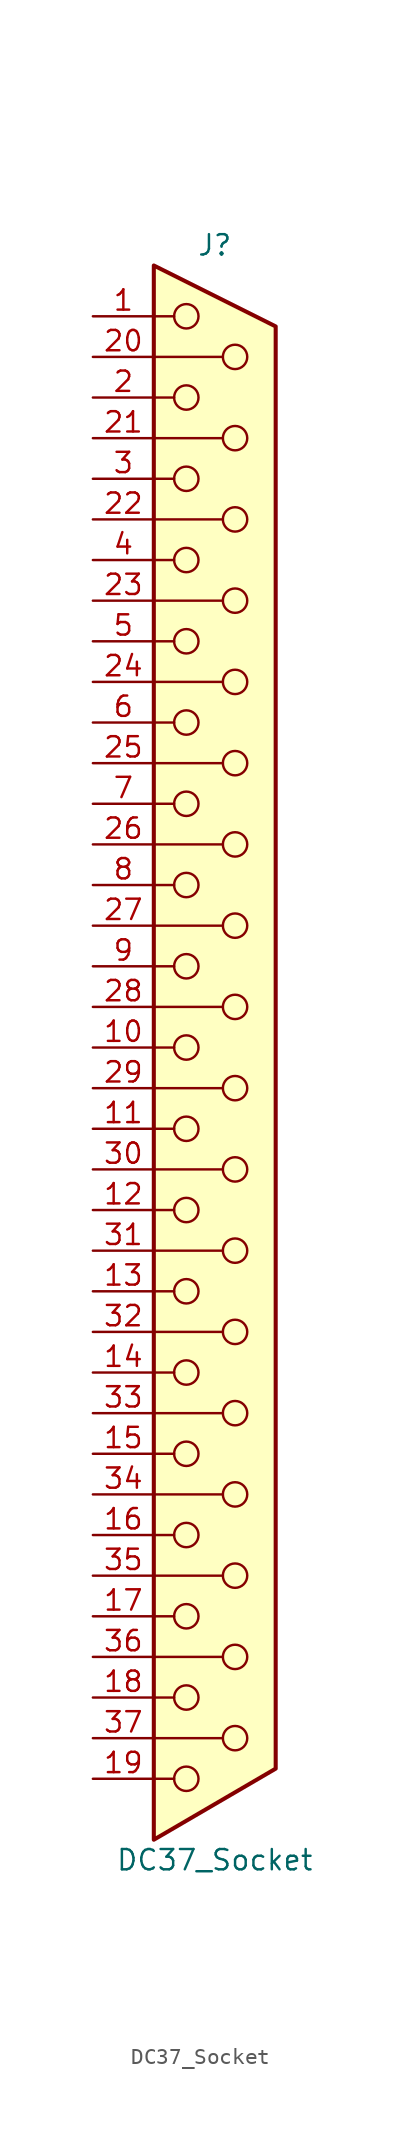
<source format=kicad_sym>
(kicad_symbol_lib
  (version 20241209)
  (generator "kicad_symbol_editor")
  (generator_version "9.0")
  (symbol "DC37_Socket"
    (pin_names
      (offset 1.016)
      (hide yes))
    (property "Reference" "J"
      (at 0 50.165 0)
      (effects (font (size 1.27 1.27))))
    (property "Value" "DC37_Socket"
      (at 0 -50.8 0)
      (effects (font (size 1.27 1.27))))
    (symbol "DC37_Socket_0_1"
      (polyline (pts (xy -3.81 45.72) (xy -2.54 45.72)) (stroke (width 0) (type default)) (fill (type none)))
      (polyline (pts (xy -3.81 43.18) (xy 0.508 43.18)) (stroke (width 0) (type default)) (fill (type none)))
      (polyline (pts (xy -3.81 40.64) (xy -2.54 40.64)) (stroke (width 0) (type default)) (fill (type none)))
      (polyline (pts (xy -3.81 38.1) (xy 0.508 38.1)) (stroke (width 0) (type default)) (fill (type none)))
      (polyline (pts (xy -3.81 35.56) (xy -2.54 35.56)) (stroke (width 0) (type default)) (fill (type none)))
      (polyline (pts (xy -3.81 33.02) (xy 0.508 33.02)) (stroke (width 0) (type default)) (fill (type none)))
      (polyline (pts (xy -3.81 30.48) (xy -2.54 30.48)) (stroke (width 0) (type default)) (fill (type none)))
      (polyline (pts (xy -3.81 27.94) (xy 0.508 27.94)) (stroke (width 0) (type default)) (fill (type none)))
      (polyline (pts (xy -3.81 25.4) (xy -2.54 25.4)) (stroke (width 0) (type default)) (fill (type none)))
      (polyline (pts (xy -3.81 22.86) (xy 0.508 22.86)) (stroke (width 0) (type default)) (fill (type none)))
      (polyline (pts (xy -3.81 20.32) (xy -2.54 20.32)) (stroke (width 0) (type default)) (fill (type none)))
      (polyline (pts (xy -3.81 17.78) (xy 0.508 17.78)) (stroke (width 0) (type default)) (fill (type none)))
      (polyline (pts (xy -3.81 15.24) (xy -2.54 15.24)) (stroke (width 0) (type default)) (fill (type none)))
      (polyline (pts (xy -3.81 12.7) (xy 0.508 12.7)) (stroke (width 0) (type default)) (fill (type none)))
      (polyline (pts (xy -3.81 10.16) (xy -2.54 10.16)) (stroke (width 0) (type default)) (fill (type none)))
      (polyline (pts (xy -3.81 7.62) (xy 0.508 7.62)) (stroke (width 0) (type default)) (fill (type none)))
      (polyline (pts (xy -3.81 5.08) (xy -2.54 5.08)) (stroke (width 0) (type default)) (fill (type none)))
      (polyline (pts (xy -3.81 2.54) (xy 0.508 2.54)) (stroke (width 0) (type default)) (fill (type none)))
      (polyline (pts (xy -3.81 0) (xy -2.54 0)) (stroke (width 0) (type default)) (fill (type none)))
      (polyline (pts (xy -3.81 -2.54) (xy 0.508 -2.54)) (stroke (width 0) (type default)) (fill (type none)))
      (polyline (pts (xy -3.81 -5.08) (xy -2.54 -5.08)) (stroke (width 0) (type default)) (fill (type none)))
      (polyline (pts (xy -3.81 -7.62) (xy 0.508 -7.62)) (stroke (width 0) (type default)) (fill (type none)))
      (polyline (pts (xy -3.81 -10.16) (xy -2.54 -10.16)) (stroke (width 0) (type default)) (fill (type none)))
      (polyline (pts (xy -3.81 -12.7) (xy 0.508 -12.7)) (stroke (width 0) (type default)) (fill (type none)))
      (polyline (pts (xy -3.81 -15.24) (xy -2.54 -15.24)) (stroke (width 0) (type default)) (fill (type none)))
      (polyline (pts (xy -3.81 -17.78) (xy 0.508 -17.78)) (stroke (width 0) (type default)) (fill (type none)))
      (polyline (pts (xy -3.81 -20.32) (xy -2.54 -20.32)) (stroke (width 0) (type default)) (fill (type none)))
      (polyline (pts (xy -3.81 -22.86) (xy 0.508 -22.86)) (stroke (width 0) (type default)) (fill (type none)))
      (polyline (pts (xy -3.81 -25.4) (xy -2.54 -25.4)) (stroke (width 0) (type default)) (fill (type none)))
      (polyline (pts (xy -3.81 -27.94) (xy 0.508 -27.94)) (stroke (width 0) (type default)) (fill (type none)))
      (polyline (pts (xy -3.81 -30.48) (xy -2.54 -30.48)) (stroke (width 0) (type default)) (fill (type none)))
      (polyline (pts (xy -3.81 -33.02) (xy 0.508 -33.02)) (stroke (width 0) (type default)) (fill (type none)))
      (polyline (pts (xy -3.81 -35.56) (xy -2.54 -35.56)) (stroke (width 0) (type default)) (fill (type none)))
      (polyline (pts (xy -3.81 -38.1) (xy 0.508 -38.1)) (stroke (width 0) (type default)) (fill (type none)))
      (polyline (pts (xy -3.81 -40.64) (xy -2.54 -40.64)) (stroke (width 0) (type default)) (fill (type none)))
      (polyline (pts (xy -3.81 -43.18) (xy 0.508 -43.18)) (stroke (width 0) (type default)) (fill (type none)))
      (polyline (pts (xy -3.81 -45.72) (xy -2.54 -45.72)) (stroke (width 0) (type default)) (fill (type none)))
      (polyline (pts (xy -3.81 -49.53) (xy 3.81 -45.085) (xy 3.81 45.085) (xy -3.81 48.895) (xy -3.81 -49.53)) (stroke (width 0.254) (type default)) (fill (type background)))
      (circle (center -1.778 45.72) (radius 0.762) (stroke (width 0) (type default)) (fill (type none)))
      (circle (center -1.778 40.64) (radius 0.762) (stroke (width 0) (type default)) (fill (type none)))
      (circle (center -1.778 35.56) (radius 0.762) (stroke (width 0) (type default)) (fill (type none)))
      (circle (center -1.778 30.48) (radius 0.762) (stroke (width 0) (type default)) (fill (type none)))
      (circle (center -1.778 25.4) (radius 0.762) (stroke (width 0) (type default)) (fill (type none)))
      (circle (center -1.778 20.32) (radius 0.762) (stroke (width 0) (type default)) (fill (type none)))
      (circle (center -1.778 15.24) (radius 0.762) (stroke (width 0) (type default)) (fill (type none)))
      (circle (center -1.778 10.16) (radius 0.762) (stroke (width 0) (type default)) (fill (type none)))
      (circle (center -1.778 5.08) (radius 0.762) (stroke (width 0) (type default)) (fill (type none)))
      (circle (center -1.778 0) (radius 0.762) (stroke (width 0) (type default)) (fill (type none)))
      (circle (center -1.778 -5.08) (radius 0.762) (stroke (width 0) (type default)) (fill (type none)))
      (circle (center -1.778 -10.16) (radius 0.762) (stroke (width 0) (type default)) (fill (type none)))
      (circle (center -1.778 -15.24) (radius 0.762) (stroke (width 0) (type default)) (fill (type none)))
      (circle (center -1.778 -20.32) (radius 0.762) (stroke (width 0) (type default)) (fill (type none)))
      (circle (center -1.778 -25.4) (radius 0.762) (stroke (width 0) (type default)) (fill (type none)))
      (circle (center -1.778 -30.48) (radius 0.762) (stroke (width 0) (type default)) (fill (type none)))
      (circle (center -1.778 -35.56) (radius 0.762) (stroke (width 0) (type default)) (fill (type none)))
      (circle (center -1.778 -40.64) (radius 0.762) (stroke (width 0) (type default)) (fill (type none)))
      (circle (center -1.778 -45.72) (radius 0.762) (stroke (width 0) (type default)) (fill (type none)))
      (circle (center 1.27 43.18) (radius 0.762) (stroke (width 0) (type default)) (fill (type none)))
      (circle (center 1.27 38.1) (radius 0.762) (stroke (width 0) (type default)) (fill (type none)))
      (circle (center 1.27 33.02) (radius 0.762) (stroke (width 0) (type default)) (fill (type none)))
      (circle (center 1.27 27.94) (radius 0.762) (stroke (width 0) (type default)) (fill (type none)))
      (circle (center 1.27 22.86) (radius 0.762) (stroke (width 0) (type default)) (fill (type none)))
      (circle (center 1.27 17.78) (radius 0.762) (stroke (width 0) (type default)) (fill (type none)))
      (circle (center 1.27 12.7) (radius 0.762) (stroke (width 0) (type default)) (fill (type none)))
      (circle (center 1.27 7.62) (radius 0.762) (stroke (width 0) (type default)) (fill (type none)))
      (circle (center 1.27 2.54) (radius 0.762) (stroke (width 0) (type default)) (fill (type none)))
      (circle (center 1.27 -2.54) (radius 0.762) (stroke (width 0) (type default)) (fill (type none)))
      (circle (center 1.27 -7.62) (radius 0.762) (stroke (width 0) (type default)) (fill (type none)))
      (circle (center 1.27 -12.7) (radius 0.762) (stroke (width 0) (type default)) (fill (type none)))
      (circle (center 1.27 -17.78) (radius 0.762) (stroke (width 0) (type default)) (fill (type none)))
      (circle (center 1.27 -22.86) (radius 0.762) (stroke (width 0) (type default)) (fill (type none)))
      (circle (center 1.27 -27.94) (radius 0.762) (stroke (width 0) (type default)) (fill (type none)))
      (circle (center 1.27 -33.02) (radius 0.762) (stroke (width 0) (type default)) (fill (type none)))
      (circle (center 1.27 -38.1) (radius 0.762) (stroke (width 0) (type default)) (fill (type none)))
      (circle (center 1.27 -43.18) (radius 0.762) (stroke (width 0) (type default)) (fill (type none))))
    (symbol "DC37_Socket_1_1"
      (pin passive line (at -7.62 45.72 0) (length 3.81) (name "1" (effects (font (size 1.27 1.27)))) (number "1" (effects (font (size 1.27 1.27)))))
      (pin passive line (at -7.62 43.18 0) (length 3.81) (name "20" (effects (font (size 1.27 1.27)))) (number "20" (effects (font (size 1.27 1.27)))))
      (pin passive line (at -7.62 40.64 0) (length 3.81) (name "2" (effects (font (size 1.27 1.27)))) (number "2" (effects (font (size 1.27 1.27)))))
      (pin passive line (at -7.62 38.1 0) (length 3.81) (name "21" (effects (font (size 1.27 1.27)))) (number "21" (effects (font (size 1.27 1.27)))))
      (pin passive line (at -7.62 35.56 0) (length 3.81) (name "3" (effects (font (size 1.27 1.27)))) (number "3" (effects (font (size 1.27 1.27)))))
      (pin passive line (at -7.62 33.02 0) (length 3.81) (name "22" (effects (font (size 1.27 1.27)))) (number "22" (effects (font (size 1.27 1.27)))))
      (pin passive line (at -7.62 30.48 0) (length 3.81) (name "4" (effects (font (size 1.27 1.27)))) (number "4" (effects (font (size 1.27 1.27)))))
      (pin passive line (at -7.62 27.94 0) (length 3.81) (name "23" (effects (font (size 1.27 1.27)))) (number "23" (effects (font (size 1.27 1.27)))))
      (pin passive line (at -7.62 25.4 0) (length 3.81) (name "5" (effects (font (size 1.27 1.27)))) (number "5" (effects (font (size 1.27 1.27)))))
      (pin passive line (at -7.62 22.86 0) (length 3.81) (name "24" (effects (font (size 1.27 1.27)))) (number "24" (effects (font (size 1.27 1.27)))))
      (pin passive line (at -7.62 20.32 0) (length 3.81) (name "6" (effects (font (size 1.27 1.27)))) (number "6" (effects (font (size 1.27 1.27)))))
      (pin passive line (at -7.62 17.78 0) (length 3.81) (name "25" (effects (font (size 1.27 1.27)))) (number "25" (effects (font (size 1.27 1.27)))))
      (pin passive line (at -7.62 15.24 0) (length 3.81) (name "7" (effects (font (size 1.27 1.27)))) (number "7" (effects (font (size 1.27 1.27)))))
      (pin passive line (at -7.62 12.7 0) (length 3.81) (name "26" (effects (font (size 1.27 1.27)))) (number "26" (effects (font (size 1.27 1.27)))))
      (pin passive line (at -7.62 10.16 0) (length 3.81) (name "8" (effects (font (size 1.27 1.27)))) (number "8" (effects (font (size 1.27 1.27)))))
      (pin passive line (at -7.62 7.62 0) (length 3.81) (name "27" (effects (font (size 1.27 1.27)))) (number "27" (effects (font (size 1.27 1.27)))))
      (pin passive line (at -7.62 5.08 0) (length 3.81) (name "9" (effects (font (size 1.27 1.27)))) (number "9" (effects (font (size 1.27 1.27)))))
      (pin passive line (at -7.62 2.54 0) (length 3.81) (name "28" (effects (font (size 1.27 1.27)))) (number "28" (effects (font (size 1.27 1.27)))))
      (pin passive line (at -7.62 0 0) (length 3.81) (name "10" (effects (font (size 1.27 1.27)))) (number "10" (effects (font (size 1.27 1.27)))))
      (pin passive line (at -7.62 -2.54 0) (length 3.81) (name "29" (effects (font (size 1.27 1.27)))) (number "29" (effects (font (size 1.27 1.27)))))
      (pin passive line (at -7.62 -5.08 0) (length 3.81) (name "11" (effects (font (size 1.27 1.27)))) (number "11" (effects (font (size 1.27 1.27)))))
      (pin passive line (at -7.62 -7.62 0) (length 3.81) (name "30" (effects (font (size 1.27 1.27)))) (number "30" (effects (font (size 1.27 1.27)))))
      (pin passive line (at -7.62 -10.16 0) (length 3.81) (name "12" (effects (font (size 1.27 1.27)))) (number "12" (effects (font (size 1.27 1.27)))))
      (pin passive line (at -7.62 -12.7 0) (length 3.81) (name "31" (effects (font (size 1.27 1.27)))) (number "31" (effects (font (size 1.27 1.27)))))
      (pin passive line (at -7.62 -15.24 0) (length 3.81) (name "13" (effects (font (size 1.27 1.27)))) (number "13" (effects (font (size 1.27 1.27)))))
      (pin passive line (at -7.62 -17.78 0) (length 3.81) (name "32" (effects (font (size 1.27 1.27)))) (number "32" (effects (font (size 1.27 1.27)))))
      (pin passive line (at -7.62 -20.32 0) (length 3.81) (name "14" (effects (font (size 1.27 1.27)))) (number "14" (effects (font (size 1.27 1.27)))))
      (pin passive line (at -7.62 -22.86 0) (length 3.81) (name "33" (effects (font (size 1.27 1.27)))) (number "33" (effects (font (size 1.27 1.27)))))
      (pin passive line (at -7.62 -25.4 0) (length 3.81) (name "15" (effects (font (size 1.27 1.27)))) (number "15" (effects (font (size 1.27 1.27)))))
      (pin passive line (at -7.62 -27.94 0) (length 3.81) (name "34" (effects (font (size 1.27 1.27)))) (number "34" (effects (font (size 1.27 1.27)))))
      (pin passive line (at -7.62 -30.48 0) (length 3.81) (name "16" (effects (font (size 1.27 1.27)))) (number "16" (effects (font (size 1.27 1.27)))))
      (pin passive line (at -7.62 -33.02 0) (length 3.81) (name "35" (effects (font (size 1.27 1.27)))) (number "35" (effects (font (size 1.27 1.27)))))
      (pin passive line (at -7.62 -35.56 0) (length 3.81) (name "17" (effects (font (size 1.27 1.27)))) (number "17" (effects (font (size 1.27 1.27)))))
      (pin passive line (at -7.62 -38.1 0) (length 3.81) (name "36" (effects (font (size 1.27 1.27)))) (number "36" (effects (font (size 1.27 1.27)))))
      (pin passive line (at -7.62 -40.64 0) (length 3.81) (name "18" (effects (font (size 1.27 1.27)))) (number "18" (effects (font (size 1.27 1.27)))))
      (pin passive line (at -7.62 -43.18 0) (length 3.81) (name "37" (effects (font (size 1.27 1.27)))) (number "37" (effects (font (size 1.27 1.27)))))
      (pin passive line (at -7.62 -45.72 0) (length 3.81) (name "19" (effects (font (size 1.27 1.27)))) (number "19" (effects (font (size 1.27 1.27))))))))
</source>
